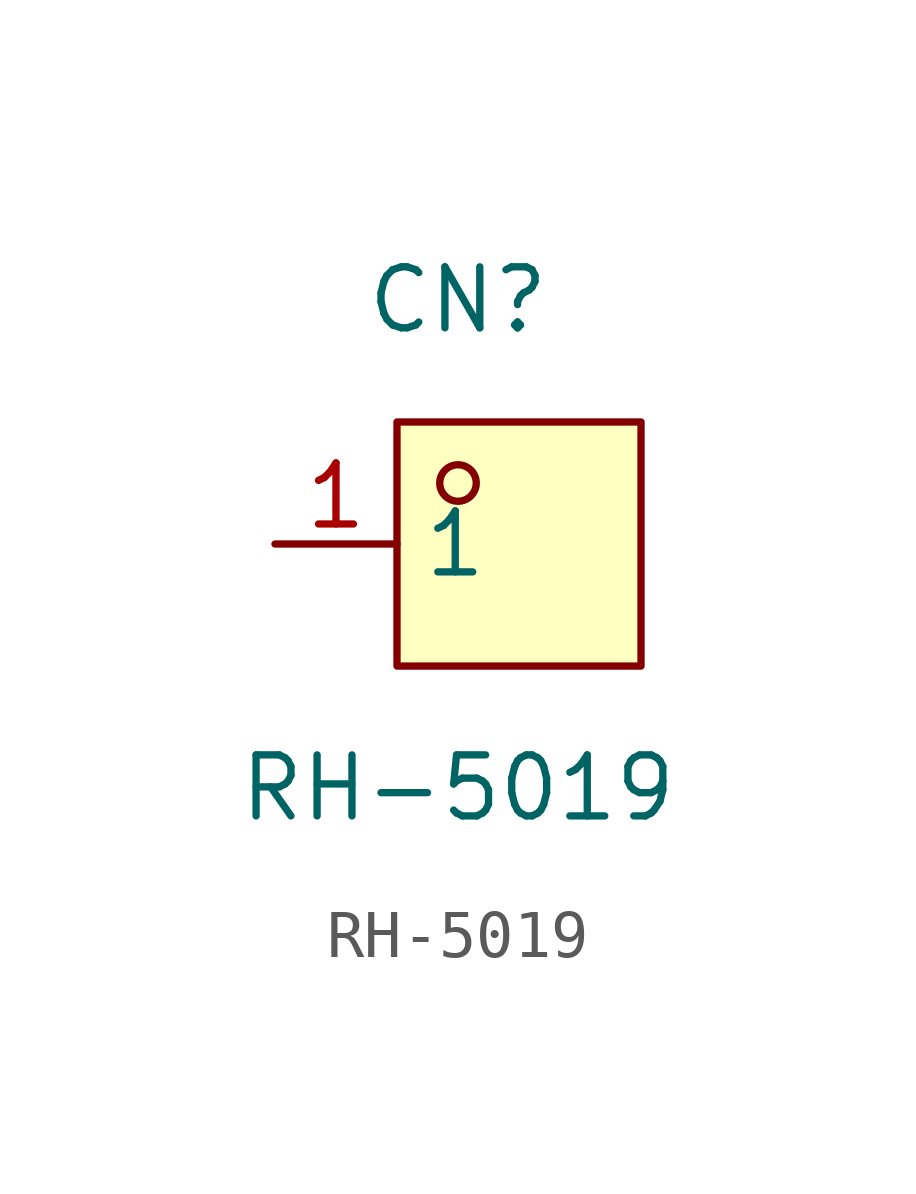
<source format=kicad_sym>
(kicad_symbol_lib
  (version 20211014)
  (generator https://github.com/uPesy/easyeda2kicad.py)
  (symbol "RH-5019"
    (property "Reference" "CN"
      (at 0 5.08 0)
      (effects (font (size 1.27 1.27))))
    (property "Value" "RH-5019"
      (at 0 -5.08 0)
      (effects (font (size 1.27 1.27))))
    (symbol "RH-5019_0_1"
      (rectangle (start -1.27 2.54) (end 3.81 -2.54) (stroke (width 0) (type default) (color 0 0 0 0)) (fill (type background)))
      (circle (center 0.00 1.27) (radius 0.38) (stroke (width 0) (type default) (color 0 0 0 0)) (fill (type none)))
      (pin unspecified line (at -3.81 -0.00 0) (length 2.54) (name "1" (effects (font (size 1.27 1.27)))) (number "1" (effects (font (size 1.27 1.27))))))))
</source>
